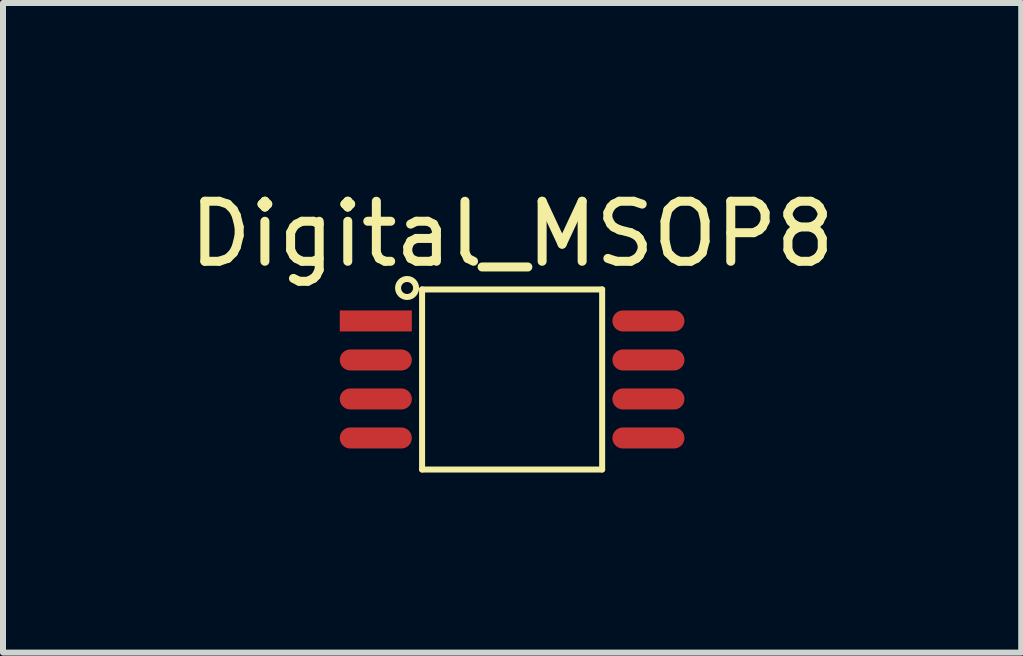
<source format=kicad_pcb>
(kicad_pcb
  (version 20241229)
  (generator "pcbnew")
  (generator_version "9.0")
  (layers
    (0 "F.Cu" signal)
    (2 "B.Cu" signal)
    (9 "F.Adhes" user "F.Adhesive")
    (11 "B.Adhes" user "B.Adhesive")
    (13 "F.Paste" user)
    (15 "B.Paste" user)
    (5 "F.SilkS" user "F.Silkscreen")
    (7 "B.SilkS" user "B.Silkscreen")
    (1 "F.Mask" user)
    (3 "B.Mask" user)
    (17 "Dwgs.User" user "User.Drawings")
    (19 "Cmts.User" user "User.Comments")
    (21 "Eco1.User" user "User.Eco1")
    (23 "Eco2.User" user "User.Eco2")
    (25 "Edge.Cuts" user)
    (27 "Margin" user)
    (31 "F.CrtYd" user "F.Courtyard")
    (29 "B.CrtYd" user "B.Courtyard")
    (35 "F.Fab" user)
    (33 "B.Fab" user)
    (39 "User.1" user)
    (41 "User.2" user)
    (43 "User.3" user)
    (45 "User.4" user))
  (footprint "Digital_MSOP8"
    (layer "F.Cu")
    (at 5.482 3.272)
    (property "Reference" "Digital_MSOP8" (at 0 -2.424 0) (layer "F.SilkS") (effects (font (size 1 1) (thickness 0.15))))
    (fp_line (start -1.5 -1.5) (end 1.5 -1.5) (stroke (width 0.1) (type solid)) (layer "F.SilkS"))
    (fp_line (start -1.5 1.5) (end -1.5 -1.5) (stroke (width 0.1) (type solid)) (layer "F.SilkS"))
    (fp_line (start -1.5 1.5) (end 1.5 1.5) (stroke (width 0.1) (type solid)) (layer "F.SilkS"))
    (fp_line (start 1.5 1.5) (end 1.5 -1.5) (stroke (width 0.1) (type solid)) (layer "F.SilkS"))
    (fp_circle (center -1.75 -1.524) (end -1.75 -1.674) (stroke (width 0.1) (type solid)) (fill no) (layer "F.SilkS"))
    (pad "1" smd rect (at -2.271 -0.975 90) (size 0.35 1.2) (layers "F.Cu" "F.Mask" "F.Paste"))
    (pad "2" smd oval (at -2.271 -0.325 90) (size 0.35 1.2) (layers "F.Cu" "F.Mask" "F.Paste"))
    (pad "3" smd oval (at -2.271 0.325 90) (size 0.35 1.2) (layers "F.Cu" "F.Mask" "F.Paste"))
    (pad "4" smd oval (at -2.271 0.975 90) (size 0.35 1.2) (layers "F.Cu" "F.Mask" "F.Paste"))
    (pad "5" smd oval (at 2.271 0.975 90) (size 0.35 1.2) (layers "F.Cu" "F.Mask" "F.Paste"))
    (pad "6" smd oval (at 2.271 0.325 90) (size 0.35 1.2) (layers "F.Cu" "F.Mask" "F.Paste"))
    (pad "7" smd oval (at 2.271 -0.325 90) (size 0.35 1.2) (layers "F.Cu" "F.Mask" "F.Paste"))
    (pad "8" smd oval (at 2.271 -0.975 90) (size 0.35 1.2) (layers "F.Cu" "F.Mask" "F.Paste")))
  (gr_rect
    (start -3 -3)
    (end 13.964 7.822)
    (stroke (width 0.1) (type default))
    (fill no)
    (layer "Edge.Cuts")))
</source>
